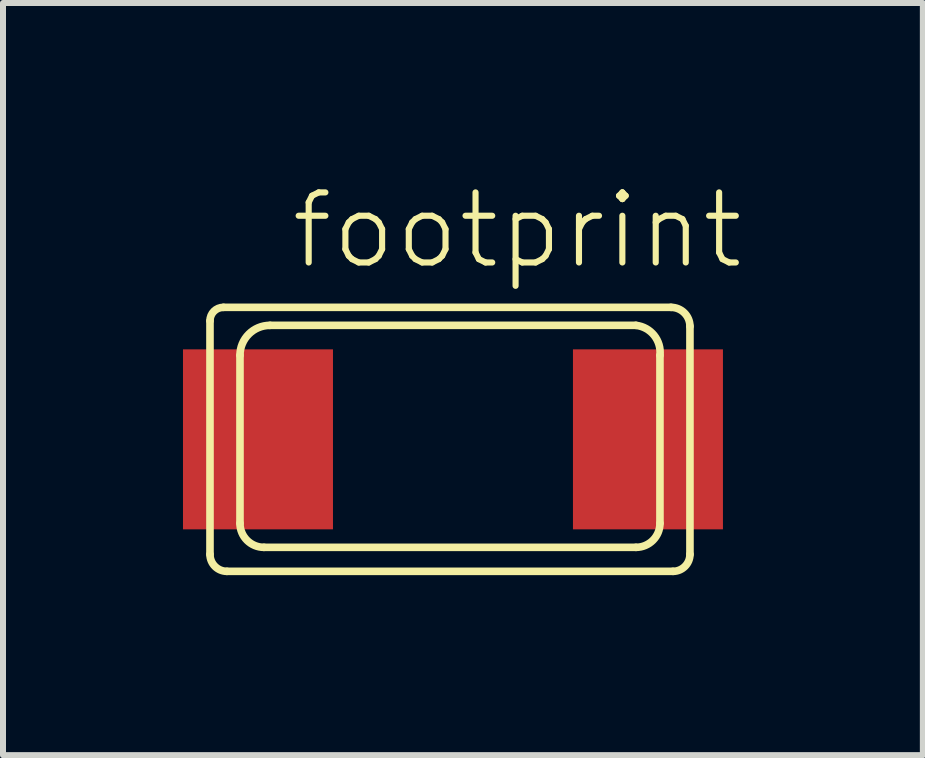
<source format=kicad_pcb>
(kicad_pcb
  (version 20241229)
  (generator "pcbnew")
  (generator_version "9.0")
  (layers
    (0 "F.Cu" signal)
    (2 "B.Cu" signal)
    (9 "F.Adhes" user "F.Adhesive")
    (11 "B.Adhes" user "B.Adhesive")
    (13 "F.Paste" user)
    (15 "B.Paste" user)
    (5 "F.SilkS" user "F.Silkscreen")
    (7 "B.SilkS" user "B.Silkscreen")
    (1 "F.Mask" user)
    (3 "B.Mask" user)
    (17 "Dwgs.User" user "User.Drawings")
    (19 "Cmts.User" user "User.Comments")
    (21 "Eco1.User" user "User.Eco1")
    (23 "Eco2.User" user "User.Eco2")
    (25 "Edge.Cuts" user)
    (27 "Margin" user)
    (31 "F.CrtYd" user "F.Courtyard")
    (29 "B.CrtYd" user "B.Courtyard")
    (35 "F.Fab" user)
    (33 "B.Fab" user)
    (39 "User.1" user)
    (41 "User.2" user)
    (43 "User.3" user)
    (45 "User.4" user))
  (footprint "footprint"
    (layer "F.Cu")
    (at 4.45 4.273)
    (property "Reference" "footprint" (at -2.7 -2.8 0) (layer "F.SilkS") (effects (font (size 1.168 1.168) (thickness 0.102)) (justify left bottom)))
    (fp_line (start -4 1.917) (end -4 -1.976) (stroke (width 0.127) (type solid)) (layer "F.SilkS"))
    (fp_line (start -3.776 -2.2) (end 3.684 -2.2) (stroke (width 0.127) (type solid)) (layer "F.SilkS"))
    (fp_line (start -3.5 1.4) (end -3.5 -1.4) (stroke (width 0.127) (type solid)) (layer "F.SilkS"))
    (fp_line (start -3 -1.9) (end 3.1 -1.9) (stroke (width 0.127) (type solid)) (layer "F.SilkS"))
    (fp_line (start 3.1 1.8) (end -3.1 1.8) (stroke (width 0.127) (type solid)) (layer "F.SilkS"))
    (fp_line (start 3.5 -1.4) (end 3.5 1.4) (stroke (width 0.127) (type solid)) (layer "F.SilkS"))
    (fp_line (start 3.717 2.2) (end -3.717 2.2) (stroke (width 0.127) (type solid)) (layer "F.SilkS"))
    (fp_line (start 4 -1.884) (end 4 1.917) (stroke (width 0.127) (type solid)) (layer "F.SilkS"))
    (fp_arc (start -4 -1.9764) (mid -3.934509 -2.134509) (end -3.7764 -2.2) (stroke (width 0.127) (type solid)) (layer "F.SilkS"))
    (fp_arc (start -3.7172 2.2) (mid -3.91717 2.11717) (end -4 1.9172) (stroke (width 0.127) (type solid)) (layer "F.SilkS"))
    (fp_arc (start -3.5 -1.4) (mid -3.353553 -1.753553) (end -3 -1.9) (stroke (width 0.127) (type solid)) (layer "F.SilkS"))
    (fp_arc (start -3.1 1.8) (mid -3.382843 1.682843) (end -3.5 1.4) (stroke (width 0.127) (type solid)) (layer "F.SilkS"))
    (fp_arc (start 3.1 -1.9) (mid 3.403553 -1.732843) (end 3.5 -1.4) (stroke (width 0.127) (type solid)) (layer "F.SilkS"))
    (fp_arc (start 3.5 1.4) (mid 3.382843 1.682843) (end 3.1 1.8) (stroke (width 0.127) (type solid)) (layer "F.SilkS"))
    (fp_arc (start 3.6838 -2.2) (mid 3.907387 -2.107387) (end 4 -1.8838) (stroke (width 0.127) (type solid)) (layer "F.SilkS"))
    (fp_arc (start 4 1.9172) (mid 3.91717 2.11717) (end 3.7172 2.2) (stroke (width 0.127) (type solid)) (layer "F.SilkS"))
    (pad "P$1" smd rect (at 3.3 0 90) (size 3 2.5) (layers "F.Cu" "F.Mask" "F.Paste"))
    (pad "P$2" smd rect (at -3.2 0 90) (size 3 2.5) (layers "F.Cu" "F.Mask" "F.Paste")))
  (gr_rect
    (start -3 -3)
    (end 12.332 9.537)
    (stroke (width 0.1) (type default))
    (fill no)
    (layer "Edge.Cuts")))
</source>
